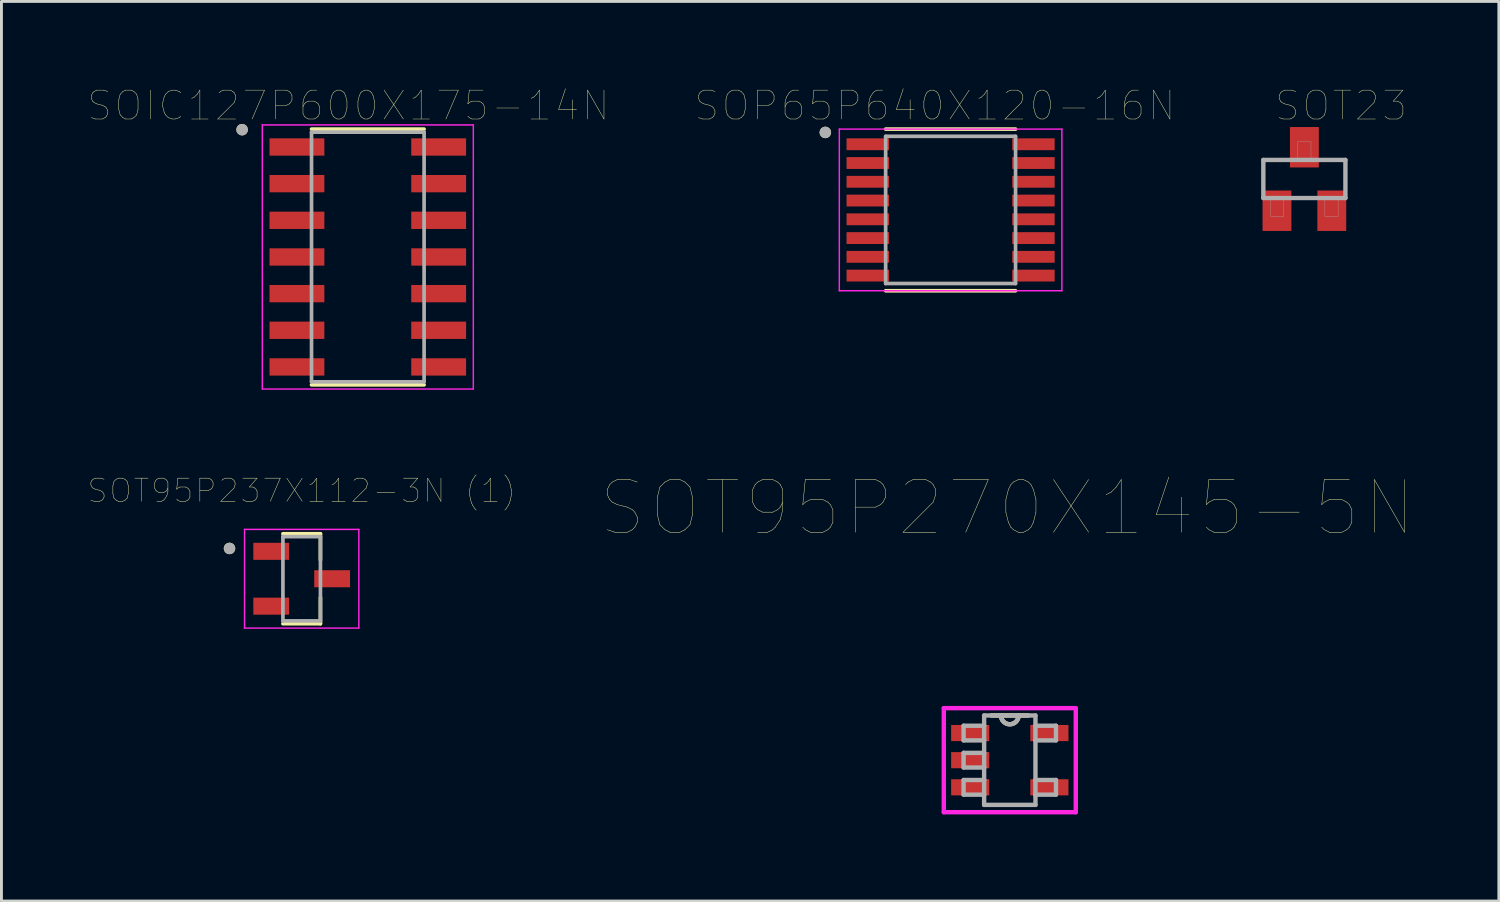
<source format=kicad_pcb>
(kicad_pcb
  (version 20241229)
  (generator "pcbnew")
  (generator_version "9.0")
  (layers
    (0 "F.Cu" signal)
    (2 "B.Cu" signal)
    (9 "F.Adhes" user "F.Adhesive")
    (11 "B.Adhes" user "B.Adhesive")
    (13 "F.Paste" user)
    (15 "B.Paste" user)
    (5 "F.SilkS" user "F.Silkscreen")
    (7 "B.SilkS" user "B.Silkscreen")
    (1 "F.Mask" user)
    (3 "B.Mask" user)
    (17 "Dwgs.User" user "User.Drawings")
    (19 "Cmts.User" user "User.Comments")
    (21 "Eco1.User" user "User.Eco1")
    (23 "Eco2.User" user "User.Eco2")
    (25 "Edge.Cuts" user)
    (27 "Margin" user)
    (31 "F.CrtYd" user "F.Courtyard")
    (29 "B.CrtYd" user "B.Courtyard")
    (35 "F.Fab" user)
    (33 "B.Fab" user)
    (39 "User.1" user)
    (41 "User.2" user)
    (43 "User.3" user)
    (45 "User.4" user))
  (footprint "SOT95P270X145-5N"
    (layer "F.Cu")
    (at 31.935 23.287)
    (property "Reference" "SOT95P270X145-5N" (at -0.093 -8.741 0) (layer "F.SilkS") (effects (font (size 1.824 1.824) (thickness 0.015))))
    (attr through_hole)
    (fp_line (start -0.305 -1.549) (end -0.635 -1.549) (stroke (width 0.152) (type solid)) (layer "F.SilkS"))
    (fp_line (start 0.305 -1.549) (end -0.305 -1.549) (stroke (width 0.152) (type solid)) (layer "F.SilkS"))
    (fp_line (start 0.635 -1.549) (end 0.305 -1.549) (stroke (width 0.152) (type solid)) (layer "F.SilkS"))
    (fp_arc (start 0.3048 -1.5494) (mid 0 -1.2446) (end -0.3048 -1.5494) (stroke (width 0.1524) (type solid)) (layer "F.SilkS"))
    (fp_line (start -2.286 -1.803) (end 2.286 -1.803) (stroke (width 0.152) (type solid)) (layer "F.CrtYd"))
    (fp_line (start -2.286 1.803) (end -2.286 -1.803) (stroke (width 0.152) (type solid)) (layer "F.CrtYd"))
    (fp_line (start 2.286 -1.803) (end 2.286 1.803) (stroke (width 0.152) (type solid)) (layer "F.CrtYd"))
    (fp_line (start 2.286 1.803) (end -2.286 1.803) (stroke (width 0.152) (type solid)) (layer "F.CrtYd"))
    (fp_line (start -1.6 -1.194) (end -1.6 -0.686) (stroke (width 0.152) (type solid)) (layer "F.Fab"))
    (fp_line (start -1.6 -0.686) (end -0.889 -0.686) (stroke (width 0.152) (type solid)) (layer "F.Fab"))
    (fp_line (start -1.6 -0.254) (end -1.6 0.254) (stroke (width 0.152) (type solid)) (layer "F.Fab"))
    (fp_line (start -1.6 0.254) (end -0.889 0.254) (stroke (width 0.152) (type solid)) (layer "F.Fab"))
    (fp_line (start -1.6 0.686) (end -1.6 1.194) (stroke (width 0.152) (type solid)) (layer "F.Fab"))
    (fp_line (start -1.6 1.194) (end -0.889 1.194) (stroke (width 0.152) (type solid)) (layer "F.Fab"))
    (fp_line (start -0.889 -1.549) (end -0.889 -1.194) (stroke (width 0.152) (type solid)) (layer "F.Fab"))
    (fp_line (start -0.889 -1.194) (end -1.6 -1.194) (stroke (width 0.152) (type solid)) (layer "F.Fab"))
    (fp_line (start -0.889 -1.194) (end -0.889 -0.686) (stroke (width 0.152) (type solid)) (layer "F.Fab"))
    (fp_line (start -0.889 -0.686) (end -0.889 -0.254) (stroke (width 0.152) (type solid)) (layer "F.Fab"))
    (fp_line (start -0.889 -0.254) (end -1.6 -0.254) (stroke (width 0.152) (type solid)) (layer "F.Fab"))
    (fp_line (start -0.889 -0.254) (end -0.889 0.254) (stroke (width 0.152) (type solid)) (layer "F.Fab"))
    (fp_line (start -0.889 0.254) (end -0.889 0.686) (stroke (width 0.152) (type solid)) (layer "F.Fab"))
    (fp_line (start -0.889 0.686) (end -1.6 0.686) (stroke (width 0.152) (type solid)) (layer "F.Fab"))
    (fp_line (start -0.889 1.194) (end -0.889 0.686) (stroke (width 0.152) (type solid)) (layer "F.Fab"))
    (fp_line (start -0.889 1.549) (end -0.889 1.194) (stroke (width 0.152) (type solid)) (layer "F.Fab"))
    (fp_line (start -0.889 1.549) (end 0.889 1.549) (stroke (width 0.152) (type solid)) (layer "F.Fab"))
    (fp_line (start -0.305 -1.549) (end -0.889 -1.549) (stroke (width 0.152) (type solid)) (layer "F.Fab"))
    (fp_line (start 0.305 -1.549) (end -0.305 -1.549) (stroke (width 0.152) (type solid)) (layer "F.Fab"))
    (fp_line (start 0.889 -1.549) (end 0.305 -1.549) (stroke (width 0.152) (type solid)) (layer "F.Fab"))
    (fp_line (start 0.889 -1.549) (end 0.889 -1.194) (stroke (width 0.152) (type solid)) (layer "F.Fab"))
    (fp_line (start 0.889 -1.194) (end 0.889 -0.686) (stroke (width 0.152) (type solid)) (layer "F.Fab"))
    (fp_line (start 0.889 -0.686) (end 1.6 -0.686) (stroke (width 0.152) (type solid)) (layer "F.Fab"))
    (fp_line (start 0.889 0.686) (end 0.889 -0.686) (stroke (width 0.152) (type solid)) (layer "F.Fab"))
    (fp_line (start 0.889 1.194) (end 0.889 0.686) (stroke (width 0.152) (type solid)) (layer "F.Fab"))
    (fp_line (start 0.889 1.194) (end 1.6 1.194) (stroke (width 0.152) (type solid)) (layer "F.Fab"))
    (fp_line (start 0.889 1.549) (end 0.889 1.194) (stroke (width 0.152) (type solid)) (layer "F.Fab"))
    (fp_line (start 1.6 -1.194) (end 0.889 -1.194) (stroke (width 0.152) (type solid)) (layer "F.Fab"))
    (fp_line (start 1.6 -0.686) (end 1.6 -1.194) (stroke (width 0.152) (type solid)) (layer "F.Fab"))
    (fp_line (start 1.6 0.686) (end 0.889 0.686) (stroke (width 0.152) (type solid)) (layer "F.Fab"))
    (fp_line (start 1.6 1.194) (end 1.6 0.686) (stroke (width 0.152) (type solid)) (layer "F.Fab"))
    (fp_arc (start 0.3048 -1.5494) (mid 0 -1.2446) (end -0.3048 -1.5494) (stroke (width 0.1524) (type solid)) (layer "F.Fab"))
    (pad "1" smd rect (at -1.372 -0.94) (size 1.321 0.559) (layers "F.Cu" "F.Mask" "F.Paste"))
    (pad "2" smd rect (at -1.372 0) (size 1.321 0.559) (layers "F.Cu" "F.Mask" "F.Paste"))
    (pad "3" smd rect (at -1.372 0.94) (size 1.321 0.559) (layers "F.Cu" "F.Mask" "F.Paste"))
    (pad "4" smd rect (at 1.372 0.94) (size 1.321 0.559) (layers "F.Cu" "F.Mask" "F.Paste"))
    (pad "5" smd rect (at 1.372 -0.94) (size 1.321 0.559) (layers "F.Cu" "F.Mask" "F.Paste")))
  (footprint "SOP65P640X120-16N"
    (layer "F.Cu")
    (at 29.884 4.223)
    (property "Reference" "SOP65P640X120-16N" (at -0.545 -3.612 0) (layer "F.SilkS") (effects (font (size 1 1) (thickness 0.015))))
    (attr through_hole)
    (fp_line (start -2.25 -2.8) (end 2.25 -2.8) (stroke (width 0.127) (type solid)) (layer "F.SilkS"))
    (fp_line (start -2.25 2.8) (end 2.25 2.8) (stroke (width 0.127) (type solid)) (layer "F.SilkS"))
    (fp_circle (center -4.34 -2.685) (end -4.24 -2.685) (stroke (width 0.2) (type solid)) (fill no) (layer "F.SilkS"))
    (fp_line (start -3.855 -2.8) (end -3.855 2.8) (stroke (width 0.05) (type solid)) (layer "F.CrtYd"))
    (fp_line (start -3.855 -2.8) (end 3.855 -2.8) (stroke (width 0.05) (type solid)) (layer "F.CrtYd"))
    (fp_line (start -3.855 2.8) (end 3.855 2.8) (stroke (width 0.05) (type solid)) (layer "F.CrtYd"))
    (fp_line (start 3.855 -2.8) (end 3.855 2.8) (stroke (width 0.05) (type solid)) (layer "F.CrtYd"))
    (fp_line (start -2.25 -2.55) (end -2.25 2.55) (stroke (width 0.127) (type solid)) (layer "F.Fab"))
    (fp_line (start -2.25 -2.55) (end 2.25 -2.55) (stroke (width 0.127) (type solid)) (layer "F.Fab"))
    (fp_line (start -2.25 2.55) (end 2.25 2.55) (stroke (width 0.127) (type solid)) (layer "F.Fab"))
    (fp_line (start 2.25 -2.55) (end 2.25 2.55) (stroke (width 0.127) (type solid)) (layer "F.Fab"))
    (fp_circle (center -4.34 -2.685) (end -4.24 -2.685) (stroke (width 0.2) (type solid)) (fill no) (layer "F.Fab"))
    (pad "1" smd rect (at -2.87 -2.275) (size 1.47 0.41) (layers "F.Cu" "F.Mask" "F.Paste"))
    (pad "2" smd rect (at -2.87 -1.625) (size 1.47 0.41) (layers "F.Cu" "F.Mask" "F.Paste"))
    (pad "3" smd rect (at -2.87 -0.975) (size 1.47 0.41) (layers "F.Cu" "F.Mask" "F.Paste"))
    (pad "4" smd rect (at -2.87 -0.325) (size 1.47 0.41) (layers "F.Cu" "F.Mask" "F.Paste"))
    (pad "5" smd rect (at -2.87 0.325) (size 1.47 0.41) (layers "F.Cu" "F.Mask" "F.Paste"))
    (pad "6" smd rect (at -2.87 0.975) (size 1.47 0.41) (layers "F.Cu" "F.Mask" "F.Paste"))
    (pad "7" smd rect (at -2.87 1.625) (size 1.47 0.41) (layers "F.Cu" "F.Mask" "F.Paste"))
    (pad "8" smd rect (at -2.87 2.275) (size 1.47 0.41) (layers "F.Cu" "F.Mask" "F.Paste"))
    (pad "9" smd rect (at 2.87 2.275) (size 1.47 0.41) (layers "F.Cu" "F.Mask" "F.Paste"))
    (pad "10" smd rect (at 2.87 1.625) (size 1.47 0.41) (layers "F.Cu" "F.Mask" "F.Paste"))
    (pad "11" smd rect (at 2.87 0.975) (size 1.47 0.41) (layers "F.Cu" "F.Mask" "F.Paste"))
    (pad "12" smd rect (at 2.87 0.325) (size 1.47 0.41) (layers "F.Cu" "F.Mask" "F.Paste"))
    (pad "13" smd rect (at 2.87 -0.325) (size 1.47 0.41) (layers "F.Cu" "F.Mask" "F.Paste"))
    (pad "14" smd rect (at 2.87 -0.975) (size 1.47 0.41) (layers "F.Cu" "F.Mask" "F.Paste"))
    (pad "15" smd rect (at 2.87 -1.625) (size 1.47 0.41) (layers "F.Cu" "F.Mask" "F.Paste"))
    (pad "16" smd rect (at 2.87 -2.275) (size 1.47 0.41) (layers "F.Cu" "F.Mask" "F.Paste")))
  (footprint "SOIC127P600X175-14N"
    (layer "F.Cu")
    (at 9.693 5.853)
    (property "Reference" "SOIC127P600X175-14N" (at -0.675 -5.242 0) (layer "F.SilkS") (effects (font (size 1 1) (thickness 0.015))))
    (attr through_hole)
    (fp_line (start -1.95 -4.43) (end 1.95 -4.43) (stroke (width 0.127) (type solid)) (layer "F.SilkS"))
    (fp_line (start -1.95 4.43) (end 1.95 4.43) (stroke (width 0.127) (type solid)) (layer "F.SilkS"))
    (fp_circle (center -4.355 -4.41) (end -4.255 -4.41) (stroke (width 0.2) (type solid)) (fill no) (layer "F.SilkS"))
    (fp_line (start -3.655 -4.575) (end -3.655 4.575) (stroke (width 0.05) (type solid)) (layer "F.CrtYd"))
    (fp_line (start -3.655 -4.575) (end 3.655 -4.575) (stroke (width 0.05) (type solid)) (layer "F.CrtYd"))
    (fp_line (start -3.655 4.575) (end 3.655 4.575) (stroke (width 0.05) (type solid)) (layer "F.CrtYd"))
    (fp_line (start 3.655 -4.575) (end 3.655 4.575) (stroke (width 0.05) (type solid)) (layer "F.CrtYd"))
    (fp_line (start -1.95 -4.325) (end -1.95 4.325) (stroke (width 0.127) (type solid)) (layer "F.Fab"))
    (fp_line (start -1.95 -4.325) (end 1.95 -4.325) (stroke (width 0.127) (type solid)) (layer "F.Fab"))
    (fp_line (start -1.95 4.325) (end 1.95 4.325) (stroke (width 0.127) (type solid)) (layer "F.Fab"))
    (fp_line (start 1.95 -4.325) (end 1.95 4.325) (stroke (width 0.127) (type solid)) (layer "F.Fab"))
    (fp_circle (center -4.355 -4.41) (end -4.255 -4.41) (stroke (width 0.2) (type solid)) (fill no) (layer "F.Fab"))
    (pad "1" smd rect (at -2.455 -3.81) (size 1.9 0.6) (layers "F.Cu" "F.Mask" "F.Paste"))
    (pad "2" smd rect (at -2.455 -2.54) (size 1.9 0.6) (layers "F.Cu" "F.Mask" "F.Paste"))
    (pad "3" smd rect (at -2.455 -1.27) (size 1.9 0.6) (layers "F.Cu" "F.Mask" "F.Paste"))
    (pad "4" smd rect (at -2.455 0) (size 1.9 0.6) (layers "F.Cu" "F.Mask" "F.Paste"))
    (pad "5" smd rect (at -2.455 1.27) (size 1.9 0.6) (layers "F.Cu" "F.Mask" "F.Paste"))
    (pad "6" smd rect (at -2.455 2.54) (size 1.9 0.6) (layers "F.Cu" "F.Mask" "F.Paste"))
    (pad "7" smd rect (at -2.455 3.81) (size 1.9 0.6) (layers "F.Cu" "F.Mask" "F.Paste"))
    (pad "8" smd rect (at 2.455 3.81) (size 1.9 0.6) (layers "F.Cu" "F.Mask" "F.Paste"))
    (pad "9" smd rect (at 2.455 2.54) (size 1.9 0.6) (layers "F.Cu" "F.Mask" "F.Paste"))
    (pad "10" smd rect (at 2.455 1.27) (size 1.9 0.6) (layers "F.Cu" "F.Mask" "F.Paste"))
    (pad "11" smd rect (at 2.455 0) (size 1.9 0.6) (layers "F.Cu" "F.Mask" "F.Paste"))
    (pad "12" smd rect (at 2.455 -1.27) (size 1.9 0.6) (layers "F.Cu" "F.Mask" "F.Paste"))
    (pad "13" smd rect (at 2.455 -2.54) (size 1.9 0.6) (layers "F.Cu" "F.Mask" "F.Paste"))
    (pad "14" smd rect (at 2.455 -3.81) (size 1.9 0.6) (layers "F.Cu" "F.Mask" "F.Paste")))
  (footprint "SOT95P237X112-3N (1)"
    (layer "F.Cu")
    (at 7.402 17.001)
    (property "Reference" "SOT95P237X112-3N (1)" (at 0.000005 -3.053 0) (layer "F.SilkS") (effects (font (size 0.801 0.801) (thickness 0.015))))
    (attr through_hole)
    (fp_line (start -0.65 -1.558) (end 0.65 -1.558) (stroke (width 0.127) (type solid)) (layer "F.SilkS"))
    (fp_line (start 0.65 -1.558) (end 0.65 -0.65) (stroke (width 0.127) (type solid)) (layer "F.SilkS"))
    (fp_line (start 0.65 0.65) (end 0.65 1.558) (stroke (width 0.127) (type solid)) (layer "F.SilkS"))
    (fp_line (start 0.65 1.558) (end -0.65 1.558) (stroke (width 0.127) (type solid)) (layer "F.SilkS"))
    (fp_circle (center -2.5 -1.05) (end -2.4 -1.05) (stroke (width 0.2) (type solid)) (fill no) (layer "F.SilkS"))
    (fp_line (start -1.98 -1.71) (end -1.98 1.71) (stroke (width 0.05) (type solid)) (layer "F.CrtYd"))
    (fp_line (start -1.98 1.71) (end 1.98 1.71) (stroke (width 0.05) (type solid)) (layer "F.CrtYd"))
    (fp_line (start 1.98 -1.71) (end -1.98 -1.71) (stroke (width 0.05) (type solid)) (layer "F.CrtYd"))
    (fp_line (start 1.98 1.71) (end 1.98 -1.71) (stroke (width 0.05) (type solid)) (layer "F.CrtYd"))
    (fp_line (start -0.65 -1.46) (end 0.65 -1.46) (stroke (width 0.127) (type solid)) (layer "F.Fab"))
    (fp_line (start -0.65 1.46) (end -0.65 -1.46) (stroke (width 0.127) (type solid)) (layer "F.Fab"))
    (fp_line (start 0.65 -1.46) (end 0.65 1.46) (stroke (width 0.127) (type solid)) (layer "F.Fab"))
    (fp_line (start 0.65 1.46) (end -0.65 1.46) (stroke (width 0.127) (type solid)) (layer "F.Fab"))
    (fp_circle (center -2.5 -1.05) (end -2.4 -1.05) (stroke (width 0.2) (type solid)) (fill no) (layer "F.Fab"))
    (pad "1" smd rect (at -1.055 -0.95) (size 1.24 0.59) (layers "F.Cu" "F.Mask" "F.Paste"))
    (pad "2" smd rect (at -1.055 0.95) (size 1.24 0.59) (layers "F.Cu" "F.Mask" "F.Paste"))
    (pad "3" smd rect (at 1.055 0) (size 1.24 0.59) (layers "F.Cu" "F.Mask" "F.Paste")))
  (footprint "SOT23"
    (layer "F.Cu")
    (at 42.141 3.151)
    (property "Reference" "SOT23" (at 1.27 -2.54 0) (layer "F.SilkS") (effects (font (size 1 1) (thickness 0.015))))
    (attr through_hole)
    (fp_line (start -1.422 -0.66) (end 1.422 -0.66) (stroke (width 0.152) (type solid)) (layer "F.Fab"))
    (fp_line (start -1.422 0.66) (end -1.422 -0.66) (stroke (width 0.152) (type solid)) (layer "F.Fab"))
    (fp_line (start 1.422 -0.66) (end 1.422 0.66) (stroke (width 0.152) (type solid)) (layer "F.Fab"))
    (fp_line (start 1.422 0.66) (end -1.422 0.66) (stroke (width 0.152) (type solid)) (layer "F.Fab"))
    (fp_poly (pts (xy -1.168 0.711) (xy -0.711 0.711) (xy -0.711 1.295) (xy -1.168 1.295)) (stroke (width 0.01) (type solid)) (fill no) (layer "F.Fab"))
    (fp_poly (pts (xy -0.229 -1.295) (xy 0.229 -1.295) (xy 0.229 -0.711) (xy -0.229 -0.711)) (stroke (width 0.01) (type solid)) (fill no) (layer "F.Fab"))
    (fp_poly (pts (xy 0.711 0.711) (xy 1.168 0.711) (xy 1.168 1.295) (xy 0.711 1.295)) (stroke (width 0.01) (type solid)) (fill no) (layer "F.Fab"))
    (pad "1" smd rect (at -0.95 1.1) (size 1 1.4) (layers "F.Cu" "F.Mask" "F.Paste"))
    (pad "2" smd rect (at 0.95 1.1) (size 1 1.4) (layers "F.Cu" "F.Mask" "F.Paste"))
    (pad "3" smd rect (at 0 -1.1) (size 1 1.4) (layers "F.Cu" "F.Mask" "F.Paste")))
  (gr_rect
    (start -3 -3)
    (end 48.879 28.167)
    (stroke (width 0.1) (type default))
    (fill no)
    (layer "Edge.Cuts")))
</source>
